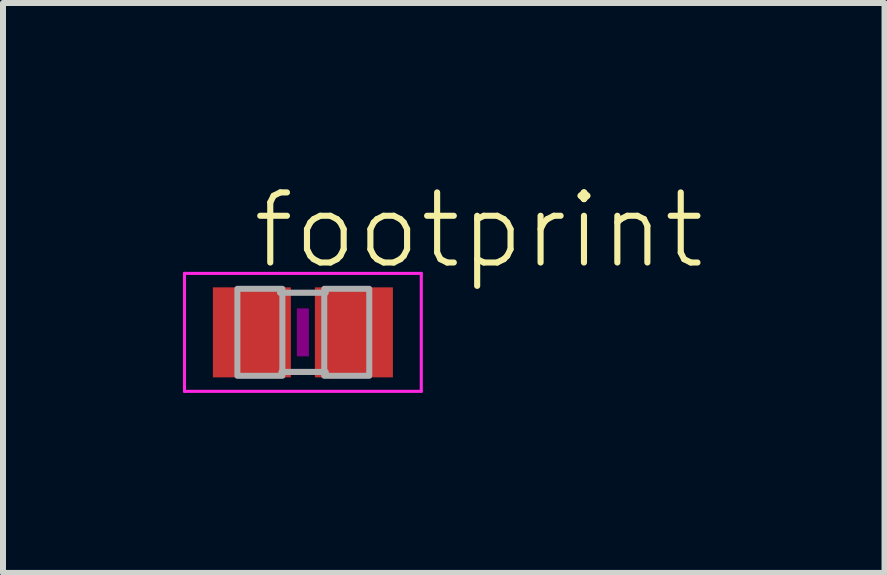
<source format=kicad_pcb>
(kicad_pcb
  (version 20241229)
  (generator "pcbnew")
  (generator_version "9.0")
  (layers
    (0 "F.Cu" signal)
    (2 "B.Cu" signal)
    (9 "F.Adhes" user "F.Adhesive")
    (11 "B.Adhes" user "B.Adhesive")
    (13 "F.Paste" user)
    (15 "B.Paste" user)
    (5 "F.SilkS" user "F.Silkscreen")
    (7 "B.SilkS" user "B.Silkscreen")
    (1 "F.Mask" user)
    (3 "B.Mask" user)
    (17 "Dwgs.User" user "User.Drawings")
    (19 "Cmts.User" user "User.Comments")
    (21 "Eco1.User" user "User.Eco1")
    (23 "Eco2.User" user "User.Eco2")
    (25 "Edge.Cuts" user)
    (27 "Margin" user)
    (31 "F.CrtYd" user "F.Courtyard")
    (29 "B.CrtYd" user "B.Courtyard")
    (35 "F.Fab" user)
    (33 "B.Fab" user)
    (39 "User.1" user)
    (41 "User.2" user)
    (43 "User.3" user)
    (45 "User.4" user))
  (footprint "footprint"
    (layer "F.Cu")
    (at 1.998 2.489)
    (property "Reference" "footprint" (at -0.889 -1.016 0) (layer "F.SilkS") (effects (font (size 1.168 1.168) (thickness 0.102)) (justify left bottom)))
    (fp_poly (pts (xy -0.1 0.4) (xy 0.1 0.4) (xy 0.1 -0.4) (xy -0.1 -0.4)) (stroke (width 0) (type solid)) (fill yes) (layer "F.Adhes"))
    (fp_line (start -1.973 -0.983) (end 1.973 -0.983) (stroke (width 0.051) (type solid)) (layer "F.CrtYd"))
    (fp_line (start -1.973 0.983) (end -1.973 -0.983) (stroke (width 0.051) (type solid)) (layer "F.CrtYd"))
    (fp_line (start 1.973 -0.983) (end 1.973 0.983) (stroke (width 0.051) (type solid)) (layer "F.CrtYd"))
    (fp_line (start 1.973 0.983) (end -1.973 0.983) (stroke (width 0.051) (type solid)) (layer "F.CrtYd"))
    (fp_line (start -0.381 -0.66) (end 0.381 -0.66) (stroke (width 0.102) (type solid)) (layer "F.Fab"))
    (fp_line (start -0.356 0.66) (end 0.381 0.66) (stroke (width 0.102) (type solid)) (layer "F.Fab"))
    (fp_poly (pts (xy -1.092 0.724) (xy -0.342 0.724) (xy -0.342 -0.726) (xy -1.092 -0.726)) (stroke (width 0.1) (type solid)) (fill no) (layer "F.Fab"))
    (fp_poly (pts (xy 0.356 0.724) (xy 1.106 0.724) (xy 1.106 -0.726) (xy 0.356 -0.726)) (stroke (width 0.1) (type solid)) (fill no) (layer "F.Fab"))
    (pad "1" smd rect (at -0.85 0) (size 1.3 1.5) (layers "F.Cu" "F.Mask" "F.Paste"))
    (pad "2" smd rect (at 0.85 0) (size 1.3 1.5) (layers "F.Cu" "F.Mask" "F.Paste")))
  (gr_rect
    (start -3 -3)
    (end 11.692 6.498)
    (stroke (width 0.1) (type default))
    (fill no)
    (layer "Edge.Cuts")))
</source>
